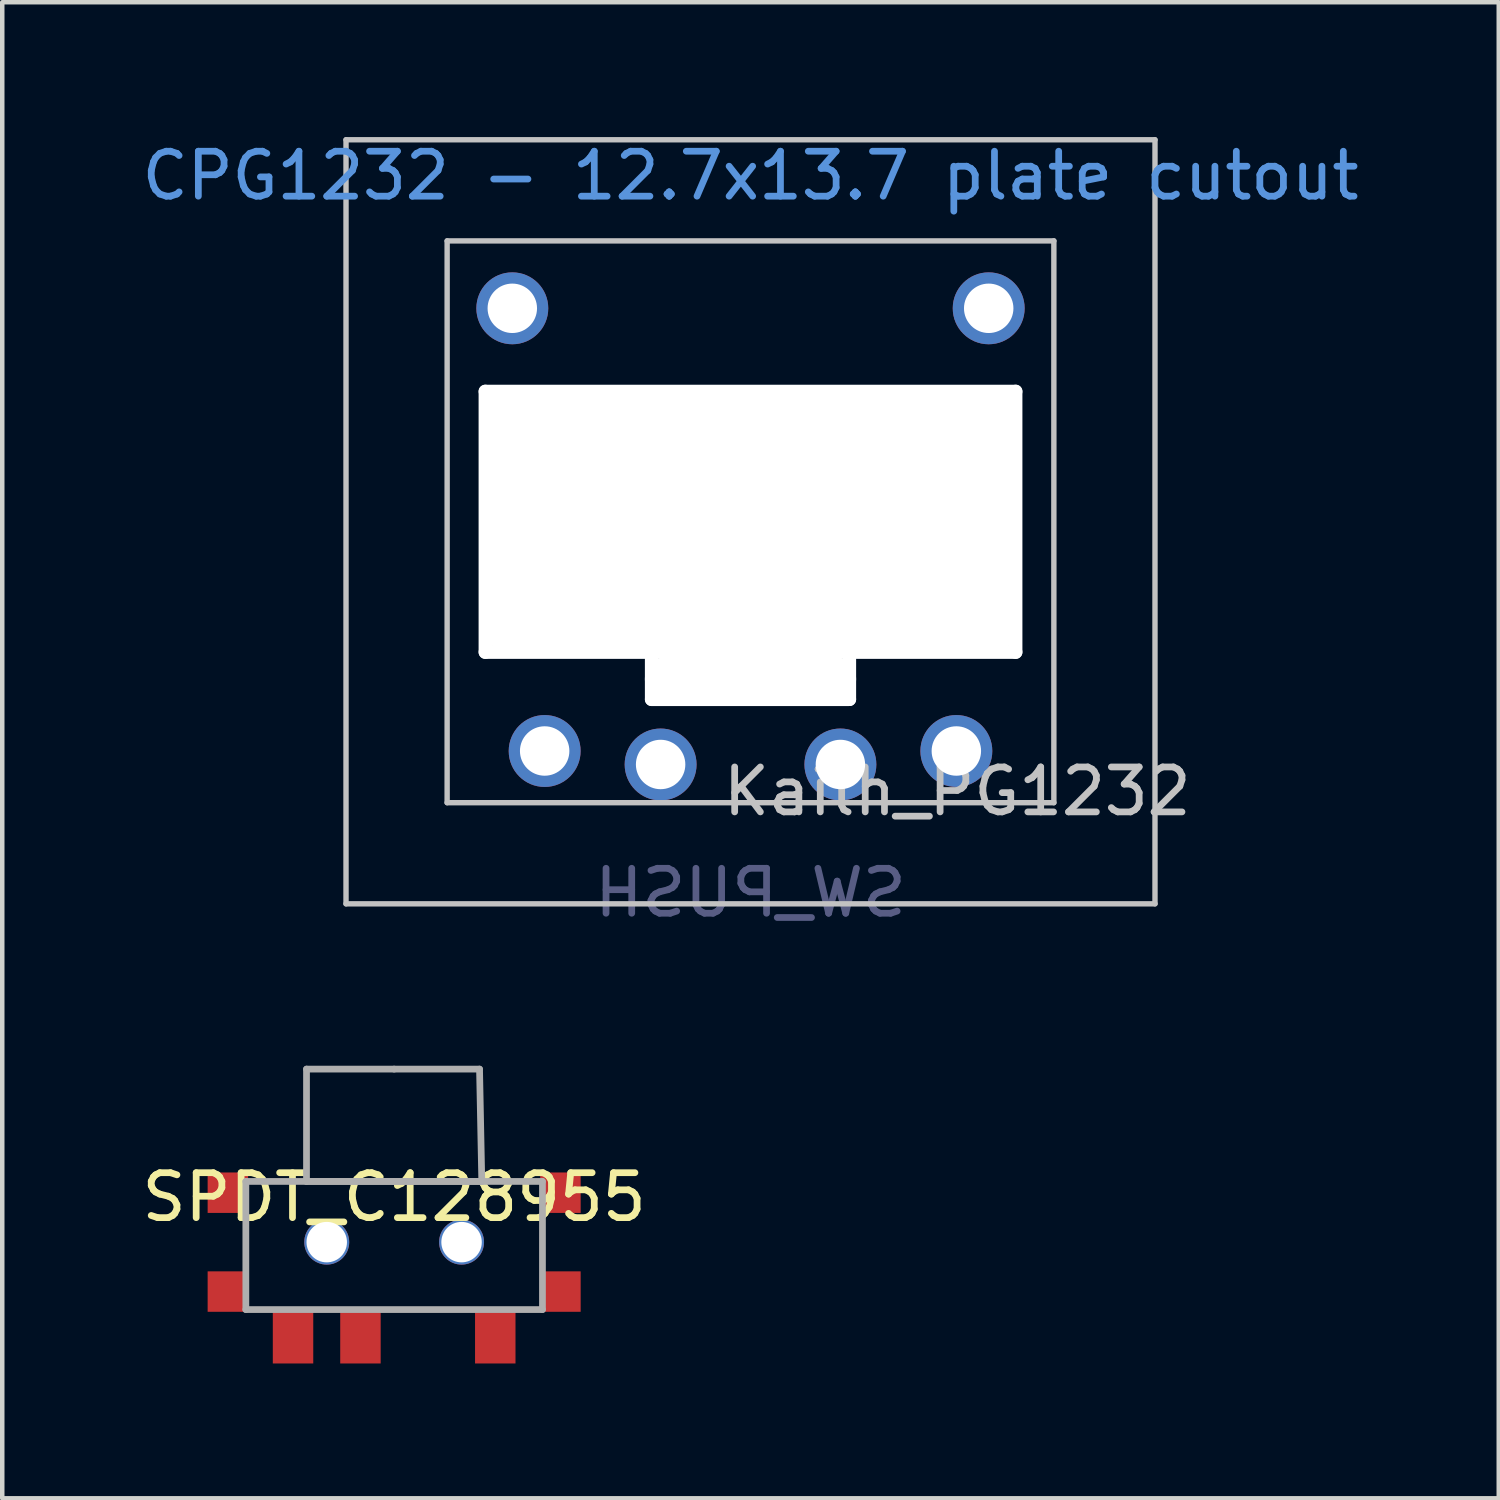
<source format=kicad_pcb>
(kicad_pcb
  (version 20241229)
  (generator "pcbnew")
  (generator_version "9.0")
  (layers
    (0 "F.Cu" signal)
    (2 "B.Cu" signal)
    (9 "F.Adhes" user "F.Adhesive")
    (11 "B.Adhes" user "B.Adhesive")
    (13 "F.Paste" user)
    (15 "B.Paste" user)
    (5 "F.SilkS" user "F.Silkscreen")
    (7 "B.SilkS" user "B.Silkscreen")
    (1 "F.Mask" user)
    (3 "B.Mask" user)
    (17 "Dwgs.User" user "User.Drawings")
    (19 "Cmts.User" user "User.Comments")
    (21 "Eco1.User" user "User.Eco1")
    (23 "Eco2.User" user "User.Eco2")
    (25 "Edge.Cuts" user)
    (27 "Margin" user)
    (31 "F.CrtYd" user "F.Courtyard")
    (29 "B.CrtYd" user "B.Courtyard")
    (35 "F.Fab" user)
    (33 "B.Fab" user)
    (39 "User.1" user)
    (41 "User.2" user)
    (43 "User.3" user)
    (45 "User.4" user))
  (footprint "Kailh_PG1232"
    (layer "F.Cu")
    (at 13.649 8.56)
    (property "Reference" "Kailh_PG1232" (at 4.6 6 180) (layer "Dwgs.User") (effects (font (size 1 1) (thickness 0.15))))
    (property "Value" "SW_PUSH" (at -0.5 6 180) (layer "Dwgs.User") (hide yes) (effects (font (size 1 1) (thickness 0.15))))
    (attr through_hole)
    (fp_line (start -9 -8.5) (end -9 8.5) (stroke (width 0.12) (type solid)) (layer "Dwgs.User"))
    (fp_line (start -9 8.5) (end 9 8.5) (stroke (width 0.12) (type solid)) (layer "Dwgs.User"))
    (fp_line (start -6.75 -6.25) (end 6.75 -6.25) (stroke (width 0.12) (type solid)) (layer "Dwgs.User"))
    (fp_line (start -6.75 6.25) (end -6.75 -6.25) (stroke (width 0.12) (type solid)) (layer "Dwgs.User"))
    (fp_line (start -5.95 -2.95) (end 5.95 -2.95) (stroke (width 0.12) (type solid)) (layer "Dwgs.User"))
    (fp_line (start -5.95 2.95) (end -5.95 -2.95) (stroke (width 0.12) (type solid)) (layer "Dwgs.User"))
    (fp_line (start -2.25 2.95) (end -5.95 2.95) (stroke (width 0.12) (type solid)) (layer "Dwgs.User"))
    (fp_line (start -2.25 2.95) (end -2.25 4) (stroke (width 0.12) (type solid)) (layer "Dwgs.User"))
    (fp_line (start -2.25 4) (end 2.25 4) (stroke (width 0.12) (type solid)) (layer "Dwgs.User"))
    (fp_line (start 2.25 2.95) (end 5.95 2.95) (stroke (width 0.12) (type solid)) (layer "Dwgs.User"))
    (fp_line (start 2.25 4) (end 2.25 2.95) (stroke (width 0.12) (type solid)) (layer "Dwgs.User"))
    (fp_line (start 5.95 -2.95) (end 5.95 2.95) (stroke (width 0.12) (type solid)) (layer "Dwgs.User"))
    (fp_line (start 6.75 -6.25) (end 6.75 6.25) (stroke (width 0.12) (type solid)) (layer "Dwgs.User"))
    (fp_line (start 6.75 6.25) (end -6.75 6.25) (stroke (width 0.12) (type solid)) (layer "Dwgs.User"))
    (fp_line (start 9 -8.5) (end -9 -8.5) (stroke (width 0.12) (type solid)) (layer "Dwgs.User"))
    (fp_line (start 9 8.5) (end 9 -8.5) (stroke (width 0.12) (type solid)) (layer "Dwgs.User"))
    (fp_text user "CPG1232 - 12.7x13.7 plate cutout" (at 0 -7.7 0) (layer "Cmts.User") (effects (font (size 1 1) (thickness 0.15))))
    (fp_text user "${VALUE}" (at 0 8.255 0) (layer "B.Fab") (effects (font (size 1 1) (thickness 0.15)) (justify mirror)))
    (fp_text user "${REFERENCE}" (at 0 0 0) (layer "F.Fab") (effects (font (size 1 1) (thickness 0.15))))
    (pad "" np_thru_hole oval (at -5.9 0 90) (size 6.1 0.3) (drill oval 6.1 0.3) (layers "*.Cu" "*.Mask"))
    (pad "" np_thru_hole oval (at -5.36 0) (size 1 5.9) (drill oval 1 5.9) (layers "*.Cu" "*.Mask"))
    (pad "" np_thru_hole oval (at -4.59 0) (size 1 5.9) (drill oval 1 5.9) (layers "*.Cu" "*.Mask"))
    (pad "" np_thru_hole oval (at -4.2 0) (size 1 5.9) (drill oval 1 5.9) (layers "*.Cu" "*.Mask"))
    (pad "" np_thru_hole oval (at -2.2 3.5 90) (size 1.2 0.3) (drill oval 1.2 0.3) (layers "*.Cu" "*.Mask"))
    (pad "" np_thru_hole oval (at 0 -2.9) (size 12.1 0.3) (drill oval 12.1 0.3) (layers "*.Cu" "*.Mask"))
    (pad "" np_thru_hole oval (at 0 0) (size 11.85 5.9) (drill oval 11.85 5.9) (layers "*.Cu" "*.Mask"))
    (pad "" np_thru_hole oval (at 0 2.9) (size 12.1 0.3) (drill oval 12.1 0.3) (layers "*.Cu" "*.Mask"))
    (pad "" np_thru_hole oval (at 0 3.5) (size 4.7 1) (drill oval 4.7 1) (layers "*.Cu" "*.Mask"))
    (pad "" np_thru_hole oval (at 0 3.95) (size 4.7 0.3) (drill oval 4.7 0.3) (layers "*.Cu" "*.Mask"))
    (pad "" np_thru_hole oval (at 2.2 3.5 90) (size 1.2 0.3) (drill oval 1.2 0.3) (layers "*.Cu" "*.Mask"))
    (pad "" np_thru_hole oval (at 4.2 0) (size 1 5.9) (drill oval 1 5.9) (layers "*.Cu" "*.Mask"))
    (pad "" np_thru_hole oval (at 4.59 0) (size 1 5.9) (drill oval 1 5.9) (layers "*.Cu" "*.Mask"))
    (pad "" np_thru_hole oval (at 5.36 0) (size 1 5.9) (drill oval 1 5.9) (layers "*.Cu" "*.Mask"))
    (pad "" np_thru_hole oval (at 5.9 0 90) (size 6.1 0.3) (drill oval 6.1 0.3) (layers "*.Cu" "*.Mask"))
    (pad "1" thru_hole circle (at -4.58 5.1) (size 1.6 1.6) (drill 1.1) (layers "*.Cu" "*.Mask"))
    (pad "1" thru_hole circle (at 4.58 5.1) (size 1.6 1.6) (drill 1.1) (layers "*.Cu" "*.Mask"))
    (pad "2" thru_hole circle (at -2 5.4) (size 1.6 1.6) (drill 1.1) (layers "*.Cu" "*.Mask"))
    (pad "2" thru_hole circle (at 2 5.4) (size 1.6 1.6) (drill 1.1) (layers "*.Cu" "*.Mask"))
    (pad "3" thru_hole circle (at 5.3 -4.75) (size 1.6 1.6) (drill 1.1) (layers "*.Cu" "*.Mask"))
    (pad "4" thru_hole circle (at -5.3 -4.75) (size 1.6 1.6) (drill 1.1) (layers "*.Cu" "*.Mask")))
  (footprint "SPDT_C128955"
    (layer "F.Cu")
    (at 5.72 24.588)
    (property "Reference" "SPDT_C128955" (at 0 -1 0) (layer "F.SilkS") (effects (font (size 1 1) (thickness 0.15))))
    (attr through_hole)
    (fp_line (start -3.3 -1.35) (end -3.3 1.5) (stroke (width 0.15) (type solid)) (layer "F.Fab"))
    (fp_line (start -3.3 1.5) (end 3.3 1.5) (stroke (width 0.15) (type solid)) (layer "F.Fab"))
    (fp_line (start -1.95 -3.85) (end 0 -3.85) (stroke (width 0.15) (type solid)) (layer "F.Fab"))
    (fp_line (start -1.95 -1.35) (end -1.95 -3.85) (stroke (width 0.15) (type solid)) (layer "F.Fab"))
    (fp_line (start 0 -3.85) (end 1.9 -3.85) (stroke (width 0.15) (type solid)) (layer "F.Fab"))
    (fp_line (start 0 -1.35) (end -3.3 -1.35) (stroke (width 0.15) (type solid)) (layer "F.Fab"))
    (fp_line (start 0 -1.35) (end 3.3 -1.35) (stroke (width 0.15) (type solid)) (layer "F.Fab"))
    (fp_line (start 1.9 -3.85) (end 1.95 -1.35) (stroke (width 0.15) (type solid)) (layer "F.Fab"))
    (fp_line (start 1.95 -1.35) (end -1.95 -1.35) (stroke (width 0.15) (type solid)) (layer "F.Fab"))
    (fp_line (start 3.3 1.5) (end 3.3 -1.35) (stroke (width 0.15) (type solid)) (layer "F.Fab"))
    (pad "" np_thru_hole circle (at -1.5 0) (size 1 1) (drill 0.9) (layers "*.Cu" "*.Mask"))
    (pad "" np_thru_hole circle (at 1.5 0) (size 1 1) (drill 0.9) (layers "*.Cu" "*.Mask"))
    (pad "0" smd rect (at -3.7 -1.1) (size 0.9 0.9) (layers "F.Cu" "F.Mask" "F.Paste"))
    (pad "0" smd rect (at -3.7 1.1) (size 0.9 0.9) (layers "F.Cu" "F.Mask" "F.Paste"))
    (pad "0" smd rect (at 3.7 -1.1) (size 0.9 0.9) (layers "F.Cu" "F.Mask" "F.Paste"))
    (pad "0" smd rect (at 3.7 1.1) (size 0.9 0.9) (layers "F.Cu" "F.Mask" "F.Paste"))
    (pad "1" smd rect (at 2.25 2.075) (size 0.9 1.25) (layers "F.Cu" "F.Mask" "F.Paste"))
    (pad "2" smd rect (at -0.75 2.075) (size 0.9 1.25) (layers "F.Cu" "F.Mask" "F.Paste"))
    (pad "3" smd rect (at -2.25 2.075) (size 0.9 1.25) (layers "F.Cu" "F.Mask" "F.Paste")))
  (gr_rect
    (start -3 -3)
    (end 30.298 30.288)
    (stroke (width 0.1) (type default))
    (fill no)
    (layer "Edge.Cuts")))
</source>
